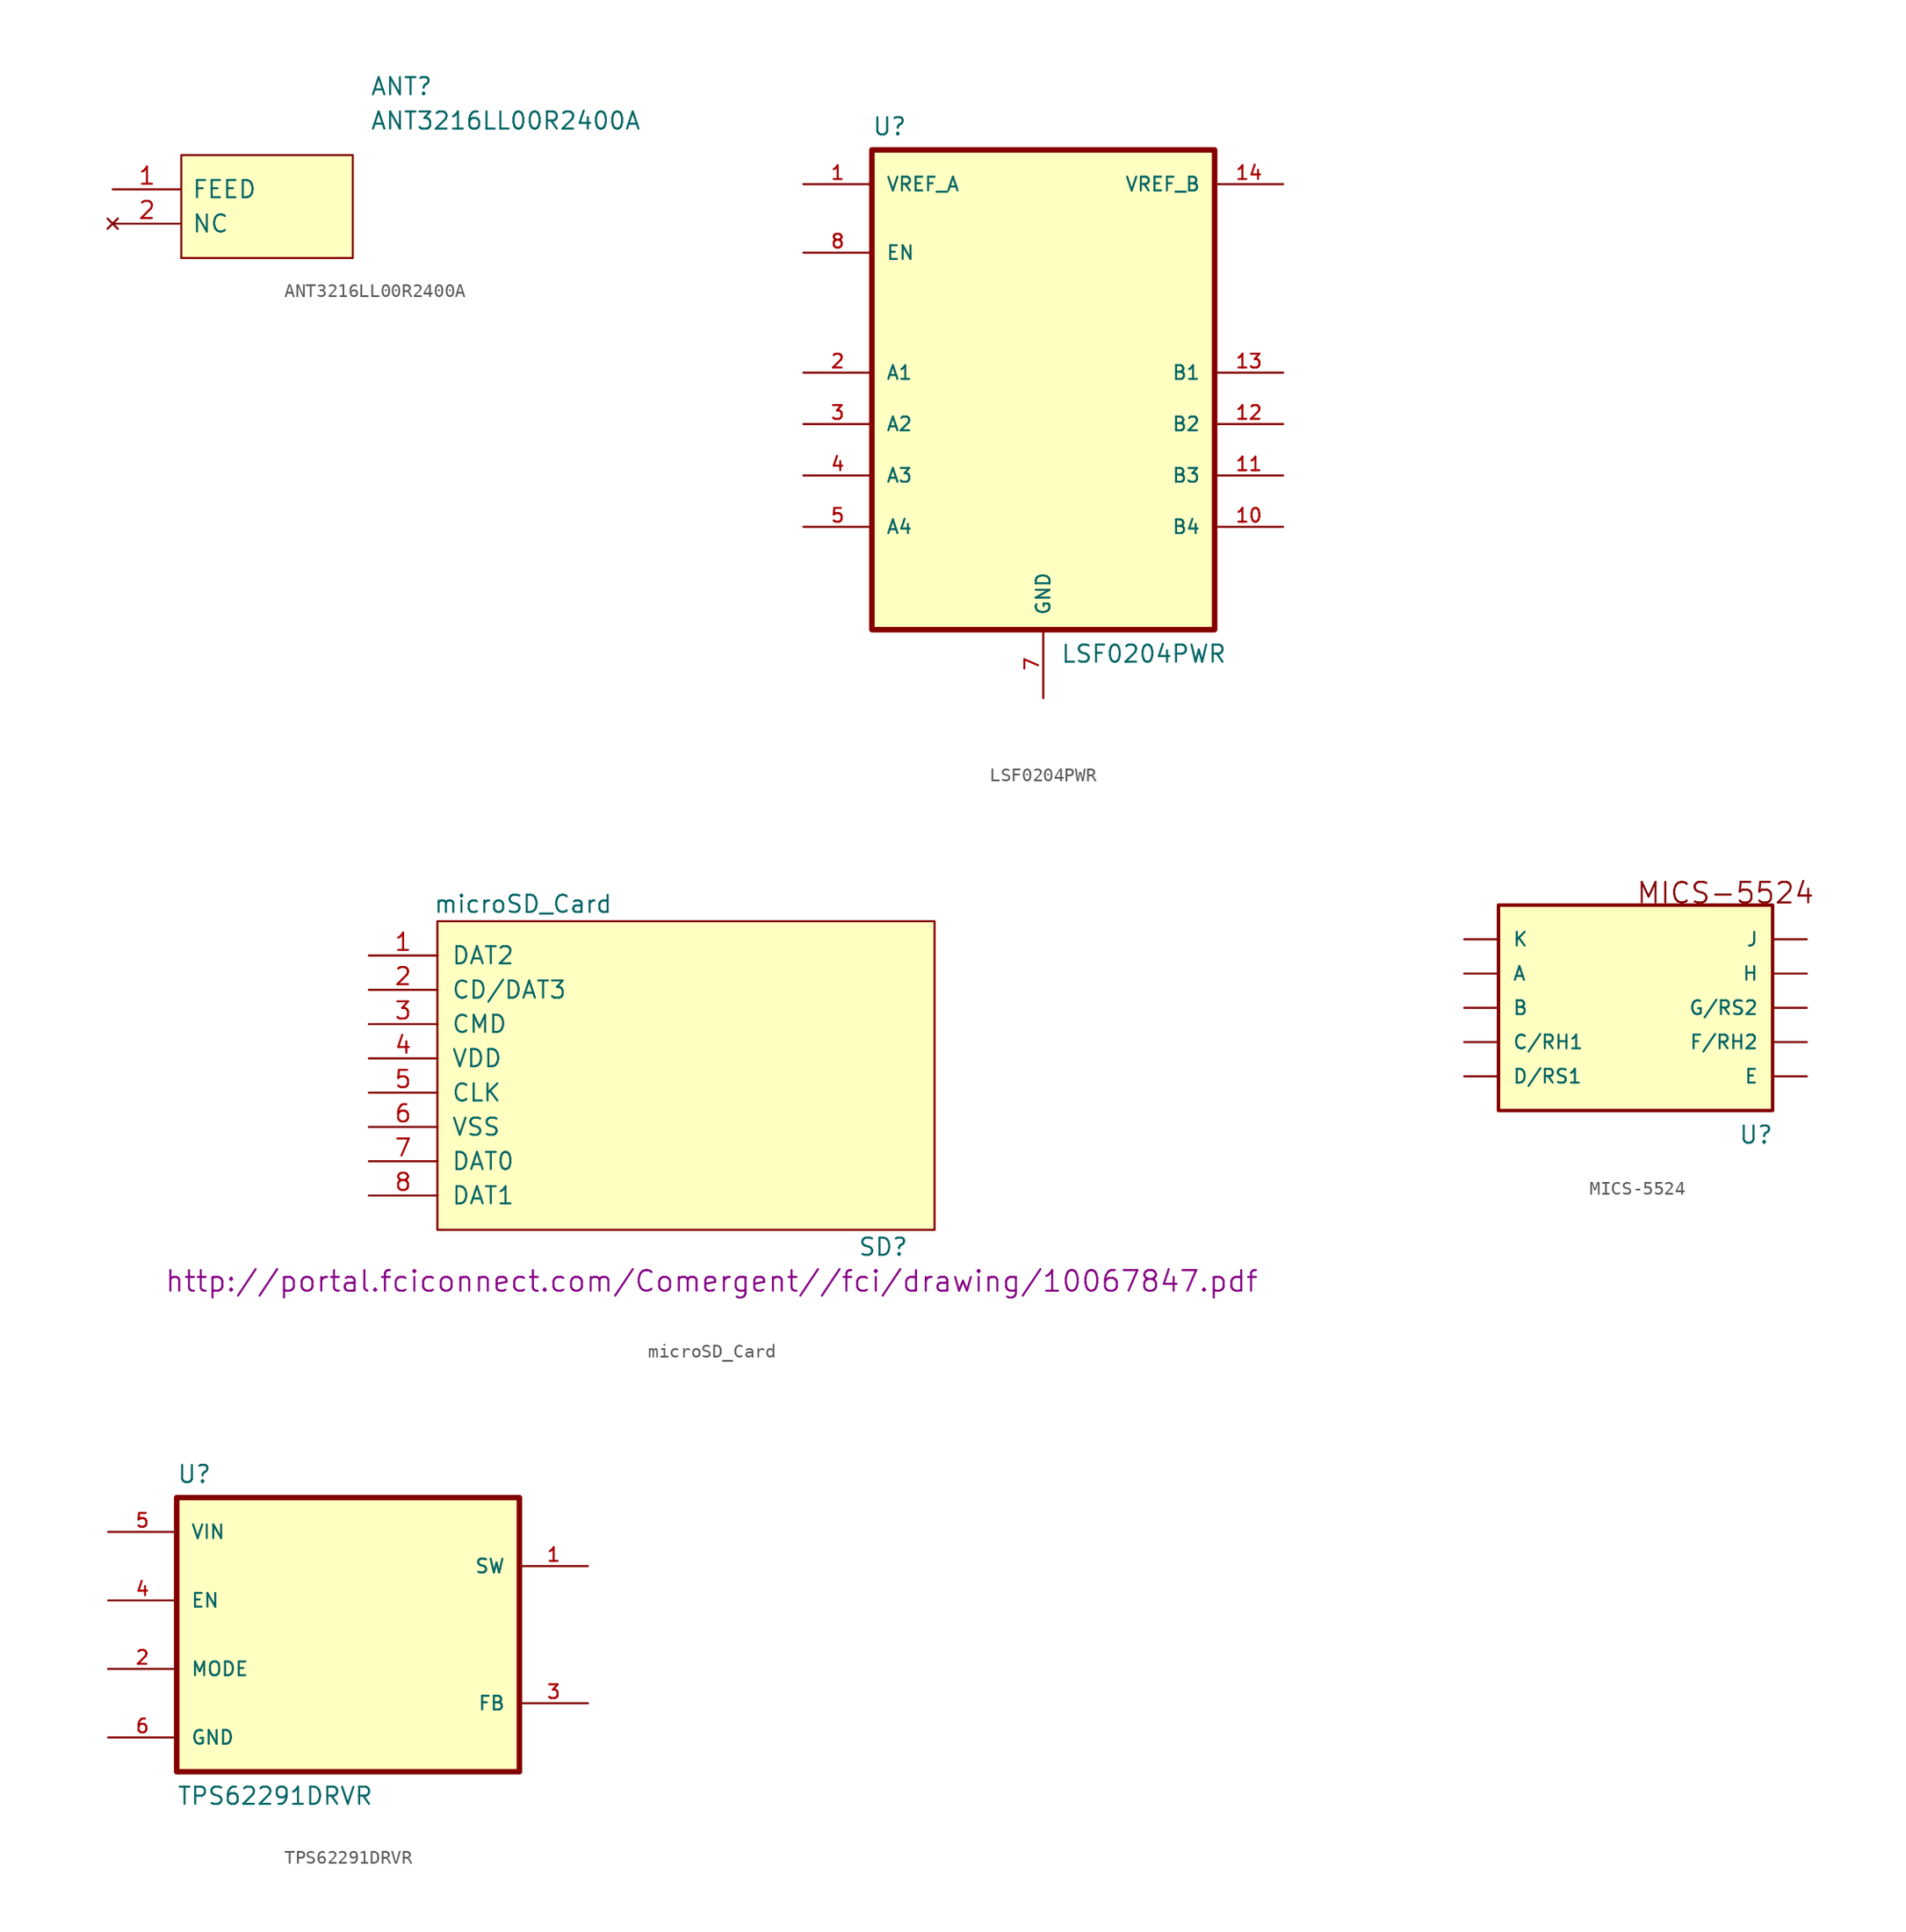
<source format=kicad_sym>
(kicad_symbol_lib
  (version 20211014)
  (generator kicad_symbol_editor)
  (symbol "ANT3216LL00R2400A"
    (pin_names
      (offset 0.762))
    (property "Reference" "ANT"
      (at 19.05 7.62 0)
      (effects (font (size 1.27 1.27)) (justify left)))
    (property "Value" "ANT3216LL00R2400A"
      (at 19.05 5.08 0)
      (effects (font (size 1.27 1.27)) (justify left)))
    (symbol "ANT3216LL00R2400A_0_0"
      (pin input line (at 0 0 0) (length 5.08) (name "FEED" (effects (font (size 1.27 1.27)))) (number "1" (effects (font (size 1.27 1.27)))))
      (pin no_connect line (at 0 -2.54 0) (length 5.08) (name "NC" (effects (font (size 1.27 1.27)))) (number "2" (effects (font (size 1.27 1.27))))))
    (symbol "ANT3216LL00R2400A_0_1"
      (polyline (pts (xy 5.08 2.54) (xy 17.78 2.54) (xy 17.78 -5.08) (xy 5.08 -5.08) (xy 5.08 2.54)) (stroke (width 0.152) (type default) (color 0 0 0 0)) (fill (type background)))))
  (symbol "LSF0204PWR"
    (pin_names
      (offset 1.016))
    (property "Reference" "U"
      (at -12.7 18.771 0)
      (effects (font (size 1.27 1.27)) (justify left bottom)))
    (property "Value" "LSF0204PWR"
      (at 1.27 -20.32 0)
      (effects (font (size 1.27 1.27)) (justify left bottom)))
    (symbol "LSF0204PWR_0_0"
      (rectangle (start -12.7 -17.78) (end 12.7 17.78) (stroke (width 0.406) (type default) (color 0 0 0 0)) (fill (type background)))
      (pin input line (at -17.78 15.24 0) (length 5.08) (name "VREF_A" (effects (font (size 1.016 1.016)))) (number "1" (effects (font (size 1.016 1.016)))))
      (pin bidirectional line (at 17.78 -10.16 180) (length 5.08) (name "B4" (effects (font (size 1.016 1.016)))) (number "10" (effects (font (size 1.016 1.016)))))
      (pin bidirectional line (at 17.78 -6.35 180) (length 5.08) (name "B3" (effects (font (size 1.016 1.016)))) (number "11" (effects (font (size 1.016 1.016)))))
      (pin bidirectional line (at 17.78 -2.54 180) (length 5.08) (name "B2" (effects (font (size 1.016 1.016)))) (number "12" (effects (font (size 1.016 1.016)))))
      (pin bidirectional line (at 17.78 1.27 180) (length 5.08) (name "B1" (effects (font (size 1.016 1.016)))) (number "13" (effects (font (size 1.016 1.016)))))
      (pin input line (at 17.78 15.24 180) (length 5.08) (name "VREF_B" (effects (font (size 1.016 1.016)))) (number "14" (effects (font (size 1.016 1.016)))))
      (pin bidirectional line (at -17.78 1.27 0) (length 5.08) (name "A1" (effects (font (size 1.016 1.016)))) (number "2" (effects (font (size 1.016 1.016)))))
      (pin bidirectional line (at -17.78 -2.54 0) (length 5.08) (name "A2" (effects (font (size 1.016 1.016)))) (number "3" (effects (font (size 1.016 1.016)))))
      (pin bidirectional line (at -17.78 -6.35 0) (length 5.08) (name "A3" (effects (font (size 1.016 1.016)))) (number "4" (effects (font (size 1.016 1.016)))))
      (pin bidirectional line (at -17.78 -10.16 0) (length 5.08) (name "A4" (effects (font (size 1.016 1.016)))) (number "5" (effects (font (size 1.016 1.016)))))
      (pin power_in line (at 0 -22.86 90) (length 5.08) (name "GND" (effects (font (size 1.016 1.016)))) (number "7" (effects (font (size 1.016 1.016)))))
      (pin input line (at -17.78 10.16 0) (length 5.08) (name "EN" (effects (font (size 1.016 1.016)))) (number "8" (effects (font (size 1.016 1.016)))))))
  (symbol "microSD_Card"
    (pin_names
      (offset 1.016))
    (property "Reference" "SD"
      (at 12.7 -13.97 0)
      (effects (font (size 1.27 1.27))))
    (property "Value" "microSD_Card"
      (at -13.97 11.43 0)
      (effects (font (size 1.27 1.27))))
    (property "Footprint" ""
      (at 5.08 8.89 0)
      (effects (font (size 1.27 1.27))))
    (property "Datasheet" "http://portal.fciconnect.com/Comergent//fci/drawing/10067847.pdf"
      (at 0 -16.51 0)
      (effects (font (size 1.524 1.524))))
    (symbol "microSD_Card_0_1"
      (polyline (pts (xy -20.32 10.16) (xy -20.32 -12.7) (xy 16.51 -12.7) (xy 16.51 10.16) (xy -20.32 10.16)) (stroke (width 0) (type default) (color 0 0 0 0)) (fill (type background))))
    (symbol "microSD_Card_1_1"
      (pin input line (at -25.4 7.62 0) (length 5.08) (name "DAT2" (effects (font (size 1.27 1.27)))) (number "1" (effects (font (size 1.27 1.27)))))
      (pin input line (at -25.4 5.08 0) (length 5.08) (name "CD/DAT3" (effects (font (size 1.27 1.27)))) (number "2" (effects (font (size 1.27 1.27)))))
      (pin input line (at -25.4 2.54 0) (length 5.08) (name "CMD" (effects (font (size 1.27 1.27)))) (number "3" (effects (font (size 1.27 1.27)))))
      (pin input line (at -25.4 0 0) (length 5.08) (name "VDD" (effects (font (size 1.27 1.27)))) (number "4" (effects (font (size 1.27 1.27)))))
      (pin input line (at -25.4 -2.54 0) (length 5.08) (name "CLK" (effects (font (size 1.27 1.27)))) (number "5" (effects (font (size 1.27 1.27)))))
      (pin input line (at -25.4 -5.08 0) (length 5.08) (name "VSS" (effects (font (size 1.27 1.27)))) (number "6" (effects (font (size 1.27 1.27)))))
      (pin input line (at -25.4 -7.62 0) (length 5.08) (name "DAT0" (effects (font (size 1.27 1.27)))) (number "7" (effects (font (size 1.27 1.27)))))
      (pin input line (at -25.4 -10.16 0) (length 5.08) (name "DAT1" (effects (font (size 1.27 1.27)))) (number "8" (effects (font (size 1.27 1.27)))))))
  (symbol "MICS-5524"
    (pin_numbers hide)
    (pin_names
      (offset 1.016))
    (property "Reference" "U"
      (at 7.62 -10.16 0)
      (effects (font (size 1.27 1.27)) (justify left bottom)))
    (property "ki_locked" ""
      (at 0 0 0)
      (effects (font (size 1.27 1.27))))
    (symbol "MICS-5524_0_0"
      (rectangle (start -10.16 -7.62) (end 10.16 7.62) (stroke (width 0.254) (type default) (color 0 0 0 0)) (fill (type background)))
      (polyline (pts (xy -10.16 -5.969) (xy -10.16 6.731)) (stroke (width 0.254) (type default) (color 0 0 0 0)) (fill (type none)))
      (text "MICS-5524" (at 0 7.62 0) (effects (font (size 1.524 1.524)) (justify left bottom)))
      (pin bidirectional line (at -12.7 2.54 0) (length 2.54) (name "A" (effects (font (size 1.016 1.016)))) (number "A" (effects (font (size 1.016 1.016)))))
      (pin bidirectional line (at -12.7 0 0) (length 2.54) (name "B" (effects (font (size 1.016 1.016)))) (number "B" (effects (font (size 1.016 1.016)))))
      (pin bidirectional line (at -12.7 -2.54 0) (length 2.54) (name "C/RH1" (effects (font (size 1.016 1.016)))) (number "C" (effects (font (size 1.016 1.016)))))
      (pin bidirectional line (at -12.7 -5.08 0) (length 2.54) (name "D/RS1" (effects (font (size 1.016 1.016)))) (number "D" (effects (font (size 1.016 1.016)))))
      (pin bidirectional line (at 12.7 -5.08 180) (length 2.54) (name "E" (effects (font (size 1.016 1.016)))) (number "E" (effects (font (size 1.016 1.016)))))
      (pin bidirectional line (at 12.7 -2.54 180) (length 2.54) (name "F/RH2" (effects (font (size 1.016 1.016)))) (number "F" (effects (font (size 1.016 1.016)))))
      (pin bidirectional line (at 12.7 0 180) (length 2.54) (name "G/RS2" (effects (font (size 1.016 1.016)))) (number "G" (effects (font (size 1.016 1.016)))))
      (pin bidirectional line (at 12.7 2.54 180) (length 2.54) (name "H" (effects (font (size 1.016 1.016)))) (number "H" (effects (font (size 1.016 1.016)))))
      (pin bidirectional line (at 12.7 5.08 180) (length 2.54) (name "J" (effects (font (size 1.016 1.016)))) (number "J" (effects (font (size 1.016 1.016)))))
      (pin bidirectional line (at -12.7 5.08 0) (length 2.54) (name "K" (effects (font (size 1.016 1.016)))) (number "K" (effects (font (size 1.016 1.016)))))))
  (symbol "TPS62291DRVR"
    (pin_names
      (offset 1.016))
    (property "Reference" "U"
      (at -12.7 11.151 0)
      (effects (font (size 1.27 1.27)) (justify left bottom)))
    (property "Value" "TPS62291DRVR"
      (at -12.7 -12.7 0)
      (effects (font (size 1.27 1.27)) (justify left bottom)))
    (property "ki_locked" ""
      (at 0 0 0)
      (effects (font (size 1.27 1.27))))
    (symbol "TPS62291DRVR_0_0"
      (rectangle (start -12.7 -10.16) (end 12.7 10.16) (stroke (width 0.406) (type default) (color 0 0 0 0)) (fill (type background)))
      (pin output line (at 17.78 5.08 180) (length 5.08) (name "SW" (effects (font (size 1.016 1.016)))) (number "1" (effects (font (size 1.016 1.016)))))
      (pin input line (at -17.78 -2.54 0) (length 5.08) (name "MODE" (effects (font (size 1.016 1.016)))) (number "2" (effects (font (size 1.016 1.016)))))
      (pin input line (at 17.78 -5.08 180) (length 5.08) (name "FB" (effects (font (size 1.016 1.016)))) (number "3" (effects (font (size 1.016 1.016)))))
      (pin input line (at -17.78 2.54 0) (length 5.08) (name "EN" (effects (font (size 1.016 1.016)))) (number "4" (effects (font (size 1.016 1.016)))))
      (pin input line (at -17.78 7.62 0) (length 5.08) (name "VIN" (effects (font (size 1.016 1.016)))) (number "5" (effects (font (size 1.016 1.016)))))
      (pin power_in line (at -17.78 -7.62 0) (length 5.08) (name "GND" (effects (font (size 1.016 1.016)))) (number "6" (effects (font (size 1.016 1.016))))))))
</source>
